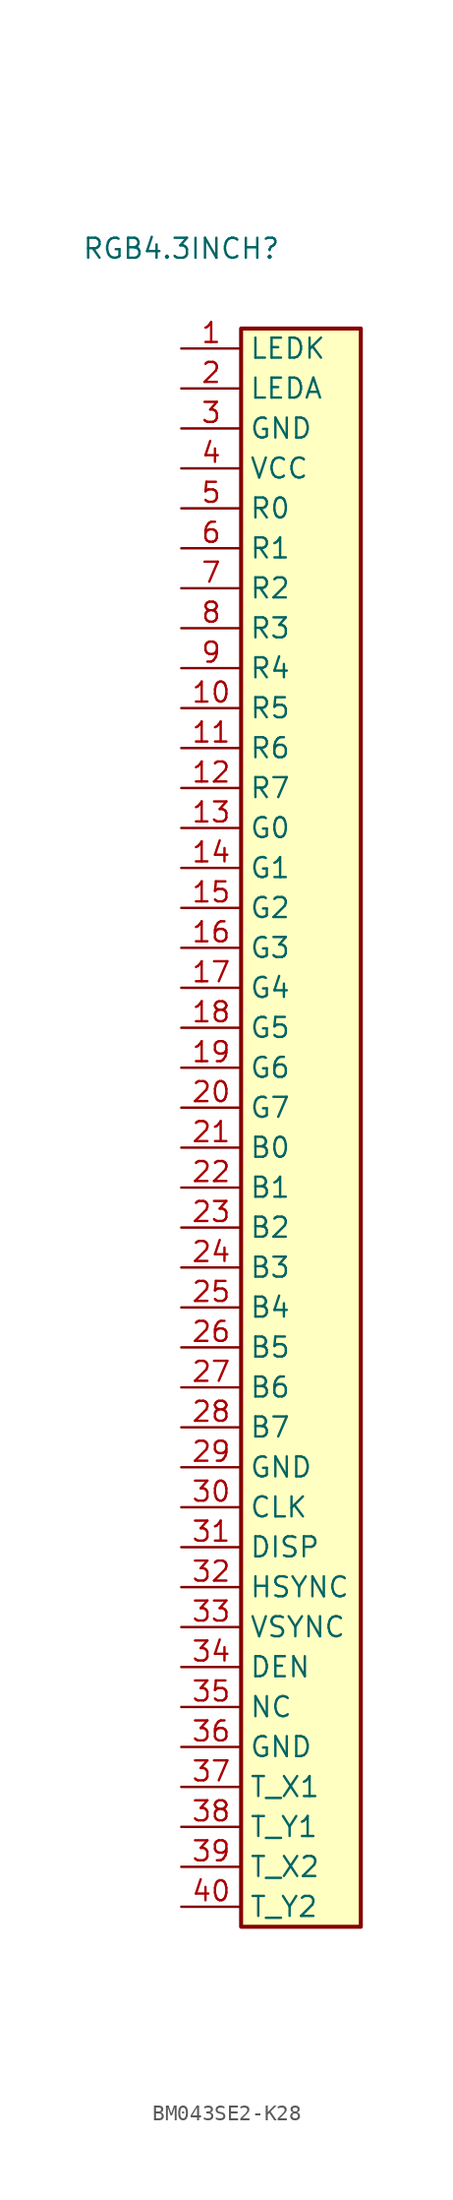
<source format=kicad_sym>
(kicad_symbol_lib
  (version 20220914)
  (generator kicad_symbol_editor)
  (symbol "BM043SE2-K28"
    (property "Reference" "RGB4.3INCH"
      (at -3.81 53.34 0)
      (effects (font (size 1.27 1.27))))
    (property "Value" ""
      (at 0 0 0)
      (effects (font (size 1.27 1.27))))
    (symbol "BM043SE2-K28_1_1"
      (rectangle (start 0 48.26) (end 7.62 -53.34) (stroke (width 0.254) (type default)) (fill (type background)))
      (pin passive line (at -3.81 46.99 0) (length 3.81) (name "LEDK" (effects (font (size 1.27 1.27)))) (number "1" (effects (font (size 1.27 1.27)))))
      (pin passive line (at -3.81 24.13 0) (length 3.81) (name "R5" (effects (font (size 1.27 1.27)))) (number "10" (effects (font (size 1.27 1.27)))))
      (pin passive line (at -3.81 21.59 0) (length 3.81) (name "R6" (effects (font (size 1.27 1.27)))) (number "11" (effects (font (size 1.27 1.27)))))
      (pin passive line (at -3.81 19.05 0) (length 3.81) (name "R7" (effects (font (size 1.27 1.27)))) (number "12" (effects (font (size 1.27 1.27)))))
      (pin passive line (at -3.81 16.51 0) (length 3.81) (name "G0" (effects (font (size 1.27 1.27)))) (number "13" (effects (font (size 1.27 1.27)))))
      (pin passive line (at -3.81 13.97 0) (length 3.81) (name "G1" (effects (font (size 1.27 1.27)))) (number "14" (effects (font (size 1.27 1.27)))))
      (pin passive line (at -3.81 11.43 0) (length 3.81) (name "G2" (effects (font (size 1.27 1.27)))) (number "15" (effects (font (size 1.27 1.27)))))
      (pin passive line (at -3.81 8.89 0) (length 3.81) (name "G3" (effects (font (size 1.27 1.27)))) (number "16" (effects (font (size 1.27 1.27)))))
      (pin passive line (at -3.81 6.35 0) (length 3.81) (name "G4" (effects (font (size 1.27 1.27)))) (number "17" (effects (font (size 1.27 1.27)))))
      (pin passive line (at -3.81 3.81 0) (length 3.81) (name "G5" (effects (font (size 1.27 1.27)))) (number "18" (effects (font (size 1.27 1.27)))))
      (pin passive line (at -3.81 1.27 0) (length 3.81) (name "G6" (effects (font (size 1.27 1.27)))) (number "19" (effects (font (size 1.27 1.27)))))
      (pin passive line (at -3.81 44.45 0) (length 3.81) (name "LEDA" (effects (font (size 1.27 1.27)))) (number "2" (effects (font (size 1.27 1.27)))))
      (pin passive line (at -3.81 -1.27 0) (length 3.81) (name "G7" (effects (font (size 1.27 1.27)))) (number "20" (effects (font (size 1.27 1.27)))))
      (pin passive line (at -3.81 -3.81 0) (length 3.81) (name "B0" (effects (font (size 1.27 1.27)))) (number "21" (effects (font (size 1.27 1.27)))))
      (pin passive line (at -3.81 -6.35 0) (length 3.81) (name "B1" (effects (font (size 1.27 1.27)))) (number "22" (effects (font (size 1.27 1.27)))))
      (pin passive line (at -3.81 -8.89 0) (length 3.81) (name "B2" (effects (font (size 1.27 1.27)))) (number "23" (effects (font (size 1.27 1.27)))))
      (pin passive line (at -3.81 -11.43 0) (length 3.81) (name "B3" (effects (font (size 1.27 1.27)))) (number "24" (effects (font (size 1.27 1.27)))))
      (pin passive line (at -3.81 -13.97 0) (length 3.81) (name "B4" (effects (font (size 1.27 1.27)))) (number "25" (effects (font (size 1.27 1.27)))))
      (pin passive line (at -3.81 -16.51 0) (length 3.81) (name "B5" (effects (font (size 1.27 1.27)))) (number "26" (effects (font (size 1.27 1.27)))))
      (pin passive line (at -3.81 -19.05 0) (length 3.81) (name "B6" (effects (font (size 1.27 1.27)))) (number "27" (effects (font (size 1.27 1.27)))))
      (pin passive line (at -3.81 -21.59 0) (length 3.81) (name "B7" (effects (font (size 1.27 1.27)))) (number "28" (effects (font (size 1.27 1.27)))))
      (pin passive line (at -3.81 -24.13 0) (length 3.81) (name "GND" (effects (font (size 1.27 1.27)))) (number "29" (effects (font (size 1.27 1.27)))))
      (pin passive line (at -3.81 41.91 0) (length 3.81) (name "GND" (effects (font (size 1.27 1.27)))) (number "3" (effects (font (size 1.27 1.27)))))
      (pin passive line (at -3.81 -26.67 0) (length 3.81) (name "CLK" (effects (font (size 1.27 1.27)))) (number "30" (effects (font (size 1.27 1.27)))))
      (pin passive line (at -3.81 -29.21 0) (length 3.81) (name "DISP" (effects (font (size 1.27 1.27)))) (number "31" (effects (font (size 1.27 1.27)))))
      (pin passive line (at -3.81 -31.75 0) (length 3.81) (name "HSYNC" (effects (font (size 1.27 1.27)))) (number "32" (effects (font (size 1.27 1.27)))))
      (pin passive line (at -3.81 -34.29 0) (length 3.81) (name "VSYNC" (effects (font (size 1.27 1.27)))) (number "33" (effects (font (size 1.27 1.27)))))
      (pin passive line (at -3.81 -36.83 0) (length 3.81) (name "DEN" (effects (font (size 1.27 1.27)))) (number "34" (effects (font (size 1.27 1.27)))))
      (pin passive line (at -3.81 -39.37 0) (length 3.81) (name "NC" (effects (font (size 1.27 1.27)))) (number "35" (effects (font (size 1.27 1.27)))))
      (pin passive line (at -3.81 -41.91 0) (length 3.81) (name "GND" (effects (font (size 1.27 1.27)))) (number "36" (effects (font (size 1.27 1.27)))))
      (pin passive line (at -3.81 -44.45 0) (length 3.81) (name "T_X1" (effects (font (size 1.27 1.27)))) (number "37" (effects (font (size 1.27 1.27)))))
      (pin passive line (at -3.81 -46.99 0) (length 3.81) (name "T_Y1" (effects (font (size 1.27 1.27)))) (number "38" (effects (font (size 1.27 1.27)))))
      (pin passive line (at -3.81 -49.53 0) (length 3.81) (name "T_X2" (effects (font (size 1.27 1.27)))) (number "39" (effects (font (size 1.27 1.27)))))
      (pin passive line (at -3.81 39.37 0) (length 3.81) (name "VCC" (effects (font (size 1.27 1.27)))) (number "4" (effects (font (size 1.27 1.27)))))
      (pin passive line (at -3.81 -52.07 0) (length 3.81) (name "T_Y2" (effects (font (size 1.27 1.27)))) (number "40" (effects (font (size 1.27 1.27)))))
      (pin passive line (at -3.81 36.83 0) (length 3.81) (name "R0" (effects (font (size 1.27 1.27)))) (number "5" (effects (font (size 1.27 1.27)))))
      (pin passive line (at -3.81 34.29 0) (length 3.81) (name "R1" (effects (font (size 1.27 1.27)))) (number "6" (effects (font (size 1.27 1.27)))))
      (pin passive line (at -3.81 31.75 0) (length 3.81) (name "R2" (effects (font (size 1.27 1.27)))) (number "7" (effects (font (size 1.27 1.27)))))
      (pin passive line (at -3.81 29.21 0) (length 3.81) (name "R3" (effects (font (size 1.27 1.27)))) (number "8" (effects (font (size 1.27 1.27)))))
      (pin passive line (at -3.81 26.67 0) (length 3.81) (name "R4" (effects (font (size 1.27 1.27)))) (number "9" (effects (font (size 1.27 1.27))))))))
</source>
